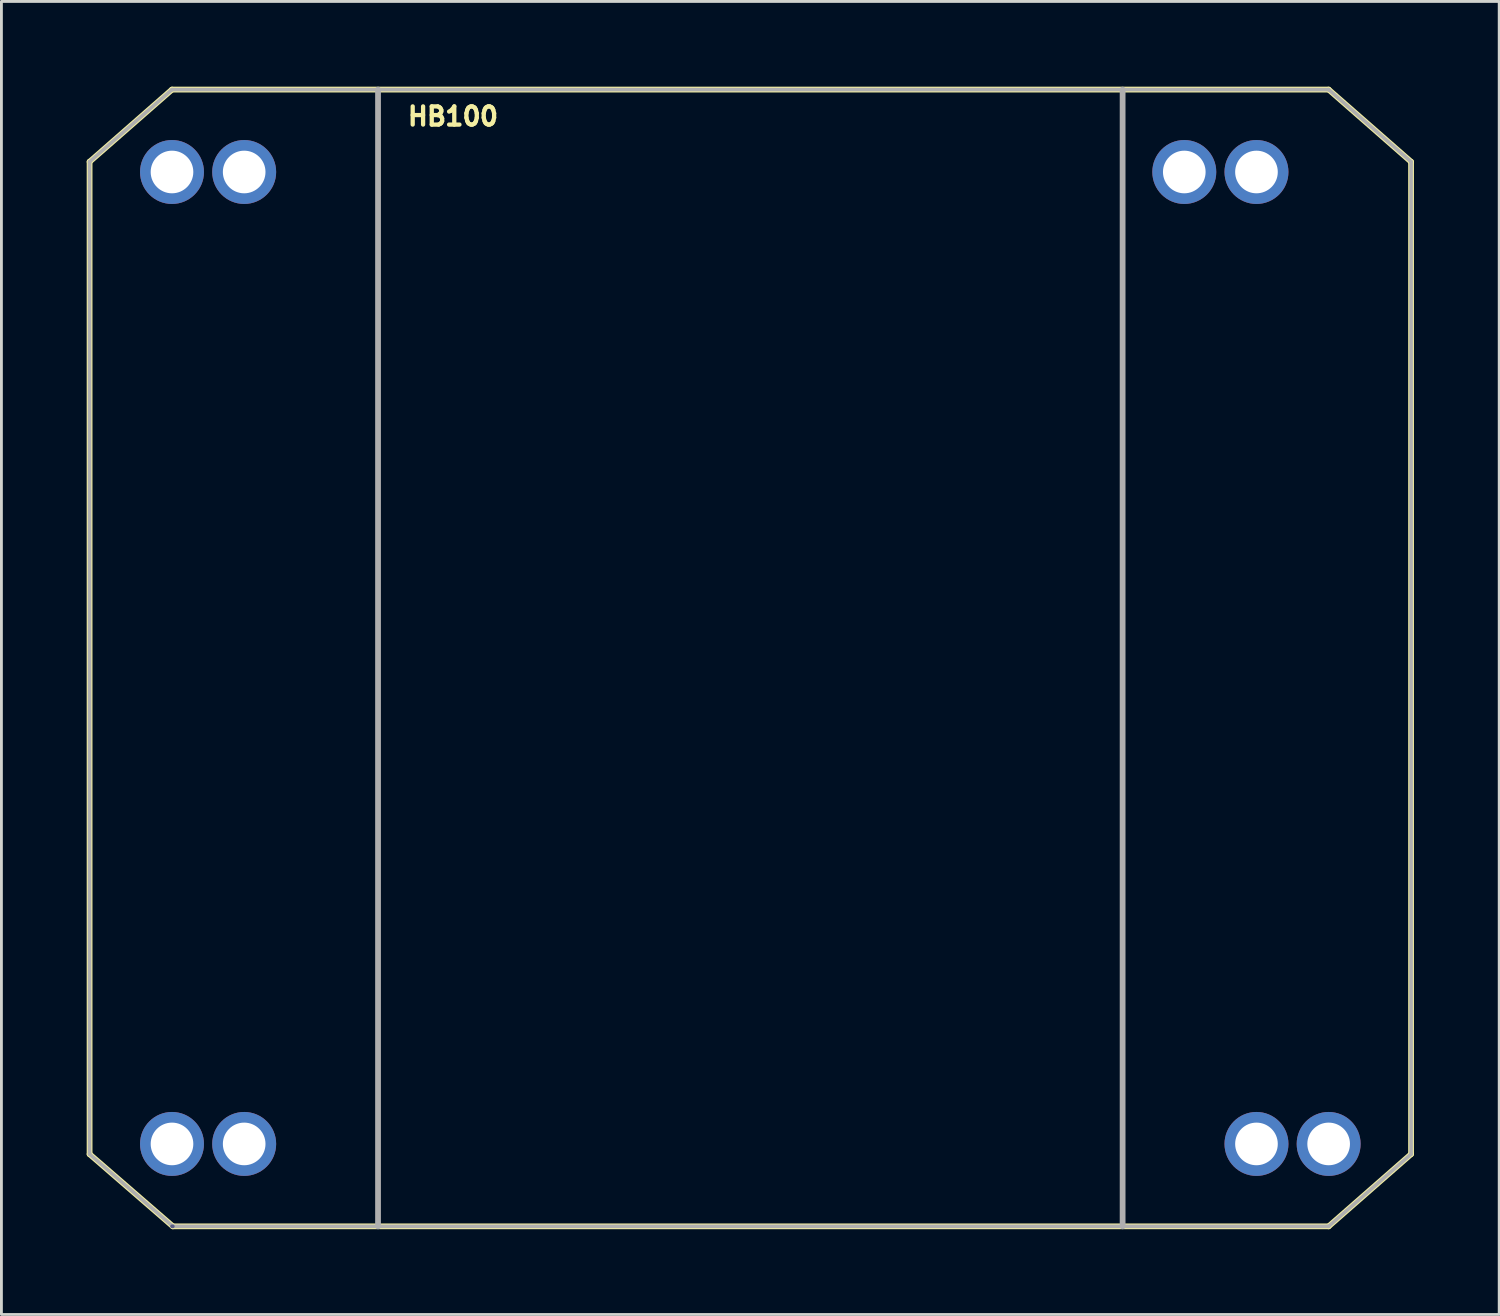
<source format=kicad_pcb>
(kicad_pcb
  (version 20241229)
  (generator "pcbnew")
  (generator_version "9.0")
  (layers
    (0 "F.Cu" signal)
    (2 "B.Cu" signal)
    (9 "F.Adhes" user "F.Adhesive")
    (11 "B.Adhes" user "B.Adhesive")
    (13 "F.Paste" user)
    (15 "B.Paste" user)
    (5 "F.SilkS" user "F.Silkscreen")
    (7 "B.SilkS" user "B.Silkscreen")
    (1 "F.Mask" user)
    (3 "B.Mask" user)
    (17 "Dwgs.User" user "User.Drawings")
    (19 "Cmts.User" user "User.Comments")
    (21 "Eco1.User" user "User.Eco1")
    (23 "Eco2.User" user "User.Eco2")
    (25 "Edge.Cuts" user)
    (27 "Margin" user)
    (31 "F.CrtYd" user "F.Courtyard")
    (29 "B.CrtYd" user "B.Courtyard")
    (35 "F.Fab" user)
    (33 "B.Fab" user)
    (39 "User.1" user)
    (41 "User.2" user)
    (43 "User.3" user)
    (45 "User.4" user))
  (footprint "HB100"
    (layer "F.Cu")
    (at 23.352 18.832)
    (property "Reference" "HB100" (at -10.463 -17.787 0) (layer "F.SilkS") (effects (font (size 0.64 0.64) (thickness 0.15))))
    (attr through_hole)
    (fp_line (start -23.25 -16.19) (end -23.25 18.73) (stroke (width 0.203) (type solid)) (layer "F.SilkS"))
    (fp_line (start -20.35 -18.73) (end -23.25 -16.19) (stroke (width 0.203) (type solid)) (layer "F.SilkS"))
    (fp_line (start -20.32 21.27) (end -23.25 18.73) (stroke (width 0.203) (type solid)) (layer "F.SilkS"))
    (fp_line (start 20.35 -18.73) (end -20.35 -18.73) (stroke (width 0.203) (type solid)) (layer "F.SilkS"))
    (fp_line (start 20.35 -18.73) (end 23.25 -16.19) (stroke (width 0.203) (type solid)) (layer "F.SilkS"))
    (fp_line (start 20.35 21.27) (end -20.32 21.27) (stroke (width 0.203) (type solid)) (layer "F.SilkS"))
    (fp_line (start 23.25 -16.19) (end 23.25 18.73) (stroke (width 0.203) (type solid)) (layer "F.SilkS"))
    (fp_line (start 23.25 18.73) (end 20.35 21.27) (stroke (width 0.203) (type solid)) (layer "F.SilkS"))
    (fp_line (start -20.32 21.27) (end -20.35 21.27) (stroke (width 0.127) (type solid)) (layer "B.Fab"))
    (fp_line (start -23.25 -16.19) (end -23.25 18.73) (stroke (width 0.127) (type solid)) (layer "F.Fab"))
    (fp_line (start -20.35 -18.73) (end -23.25 -16.19) (stroke (width 0.127) (type solid)) (layer "F.Fab"))
    (fp_line (start -20.32 21.27) (end -23.25 18.73) (stroke (width 0.127) (type solid)) (layer "F.Fab"))
    (fp_line (start -13.1 -18.73) (end -20.35 -18.73) (stroke (width 0.127) (type solid)) (layer "F.Fab"))
    (fp_line (start -13.1 -18.73) (end -13.1 21.27) (stroke (width 0.203) (type solid)) (layer "F.Fab"))
    (fp_line (start 13.1 -18.73) (end -13.1 -18.73) (stroke (width 0.127) (type solid)) (layer "F.Fab"))
    (fp_line (start 13.1 -18.73) (end 13.1 21.27) (stroke (width 0.203) (type solid)) (layer "F.Fab"))
    (fp_line (start 13.1 21.27) (end -20.32 21.27) (stroke (width 0.127) (type solid)) (layer "F.Fab"))
    (fp_line (start 20.35 -18.73) (end 13.1 -18.73) (stroke (width 0.127) (type solid)) (layer "F.Fab"))
    (fp_line (start 20.35 -18.73) (end 23.25 -16.19) (stroke (width 0.127) (type solid)) (layer "F.Fab"))
    (fp_line (start 20.35 21.27) (end 13.1 21.27) (stroke (width 0.127) (type solid)) (layer "F.Fab"))
    (fp_line (start 23.25 -16.19) (end 23.25 18.73) (stroke (width 0.127) (type solid)) (layer "F.Fab"))
    (fp_line (start 23.25 18.73) (end 20.35 21.27) (stroke (width 0.127) (type solid)) (layer "F.Fab"))
    (pad "5V@1" thru_hole circle (at -17.81 -15.83) (size 2.25 2.25) (drill 1.5) (layers "*.Cu" "*.Mask"))
    (pad "5V@2" thru_hole circle (at -20.35 -15.83) (size 2.25 2.25) (drill 1.5) (layers "*.Cu" "*.Mask"))
    (pad "GND@1" thru_hole circle (at 17.81 -15.83) (size 2.25 2.25) (drill 1.5) (layers "*.Cu" "*.Mask"))
    (pad "GND@2" thru_hole circle (at 15.27 -15.83) (size 2.25 2.25) (drill 1.5) (layers "*.Cu" "*.Mask"))
    (pad "GND@3" thru_hole circle (at 20.35 18.37) (size 2.25 2.25) (drill 1.5) (layers "*.Cu" "*.Mask"))
    (pad "GND@4" thru_hole circle (at 17.81 18.37) (size 2.25 2.25) (drill 1.5) (layers "*.Cu" "*.Mask"))
    (pad "IF@1" thru_hole circle (at -17.81 18.37) (size 2.25 2.25) (drill 1.5) (layers "*.Cu" "*.Mask"))
    (pad "IF@2" thru_hole circle (at -20.35 18.37) (size 2.25 2.25) (drill 1.5) (layers "*.Cu" "*.Mask")))
  (gr_rect
    (start -3 -3)
    (end 49.703 43.203)
    (stroke (width 0.1) (type default))
    (fill no)
    (layer "Edge.Cuts")))
</source>
